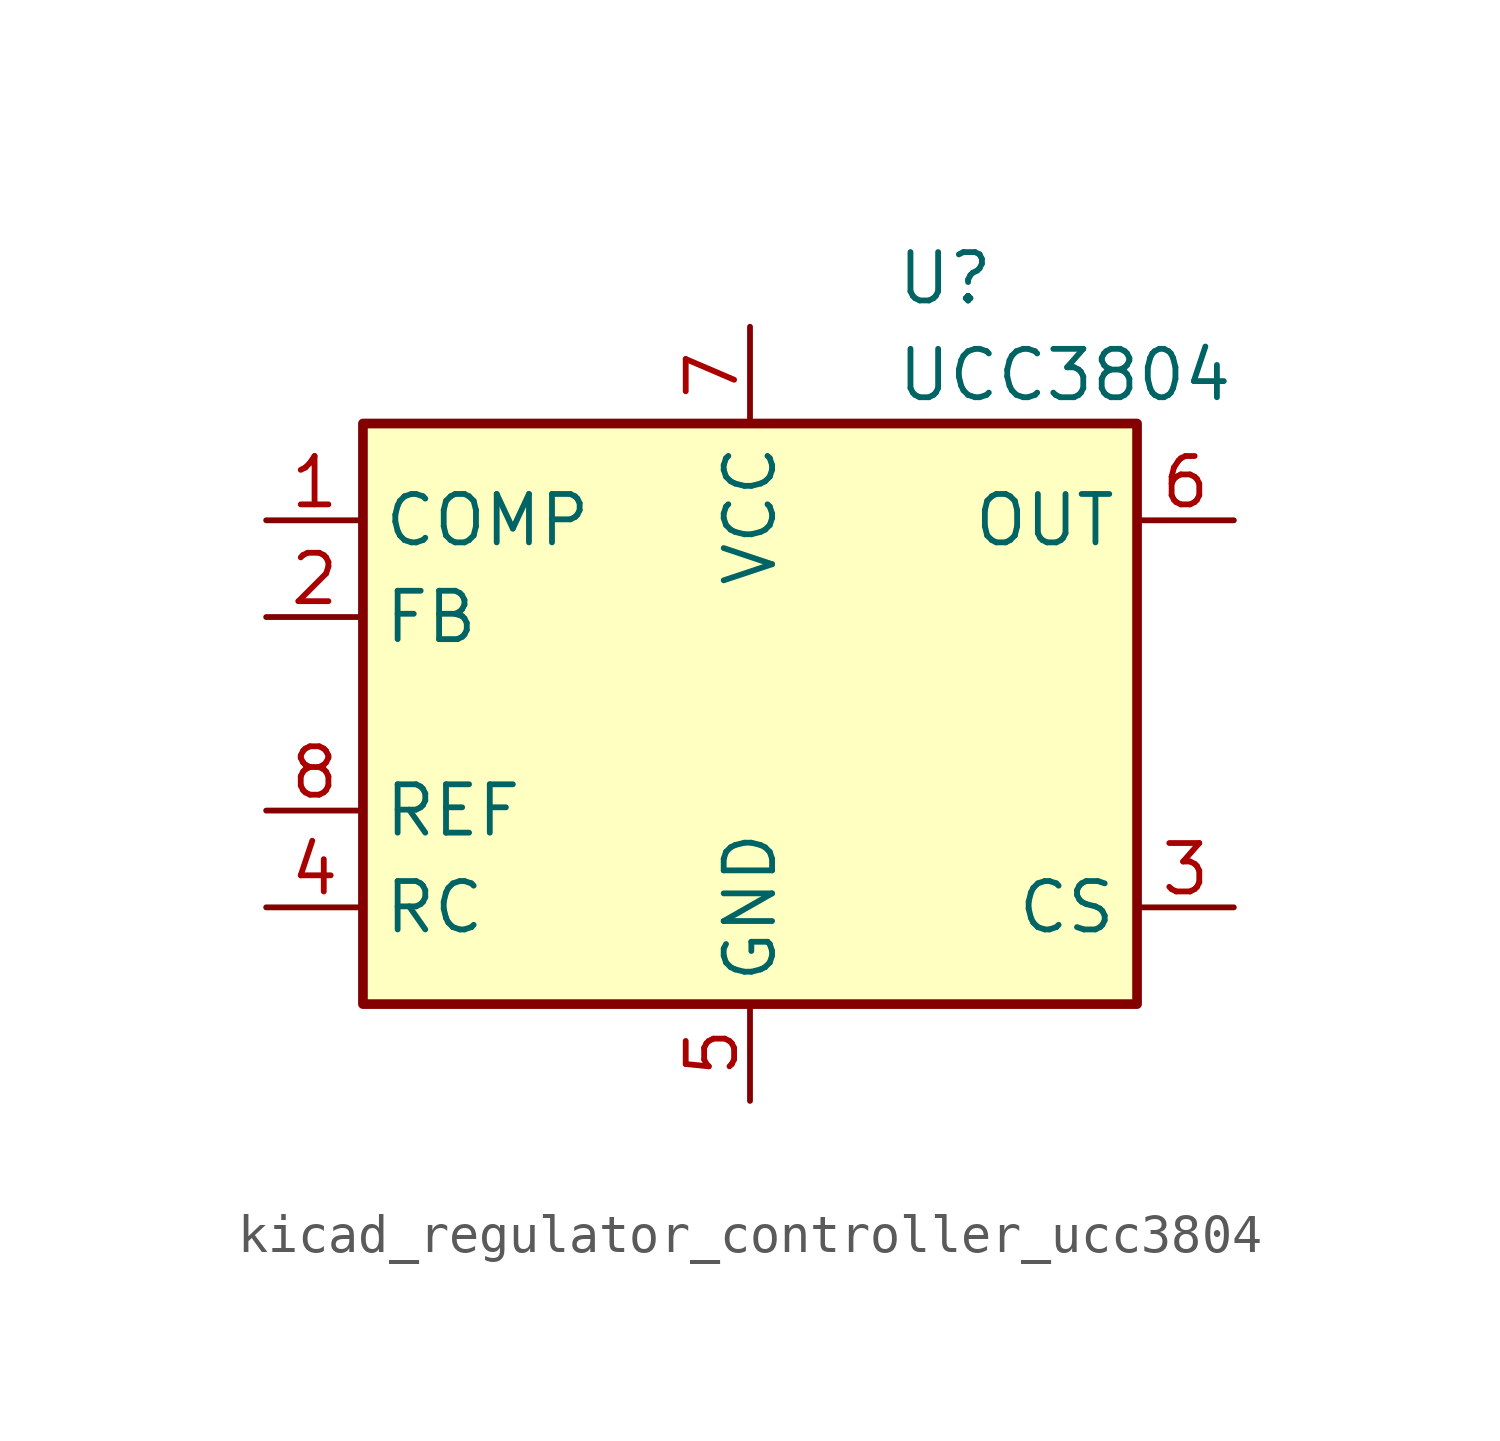
<source format=kicad_sym>
(kicad_symbol_lib
  (version 20220914)
  (generator kicad_symbol_editor)
  (symbol "kicad_regulator_controller_ucc3804"
    (property "Reference" "U"
      (at 3.81 11.43 0)
      (effects (font (size 1.27 1.27)) (justify left)))
    (property "Value" "UCC3804"
      (at 3.81 8.89 0)
      (effects (font (size 1.27 1.27)) (justify left)))
    (symbol "kicad_regulator_controller_ucc3804_0_1"
      (rectangle (start -10.16 -7.62) (end 10.16 7.62) (stroke (width 0.254) (type default)) (fill (type background))))
    (symbol "kicad_regulator_controller_ucc3804_1_1"
      (pin passive line (at -12.7 5.08 0) (length 2.54) (name "COMP" (effects (font (size 1.27 1.27)))) (number "1" (effects (font (size 1.27 1.27)))))
      (pin input line (at -12.7 2.54 0) (length 2.54) (name "FB" (effects (font (size 1.27 1.27)))) (number "2" (effects (font (size 1.27 1.27)))))
      (pin input line (at 12.7 -5.08 180) (length 2.54) (name "CS" (effects (font (size 1.27 1.27)))) (number "3" (effects (font (size 1.27 1.27)))))
      (pin passive line (at -12.7 -5.08 0) (length 2.54) (name "RC" (effects (font (size 1.27 1.27)))) (number "4" (effects (font (size 1.27 1.27)))))
      (pin power_in line (at 0 -10.16 90) (length 2.54) (name "GND" (effects (font (size 1.27 1.27)))) (number "5" (effects (font (size 1.27 1.27)))))
      (pin output line (at 12.7 5.08 180) (length 2.54) (name "OUT" (effects (font (size 1.27 1.27)))) (number "6" (effects (font (size 1.27 1.27)))))
      (pin power_in line (at 0 10.16 270) (length 2.54) (name "VCC" (effects (font (size 1.27 1.27)))) (number "7" (effects (font (size 1.27 1.27)))))
      (pin power_in line (at -12.7 -2.54 0) (length 2.54) (name "REF" (effects (font (size 1.27 1.27)))) (number "8" (effects (font (size 1.27 1.27))))))))
</source>
